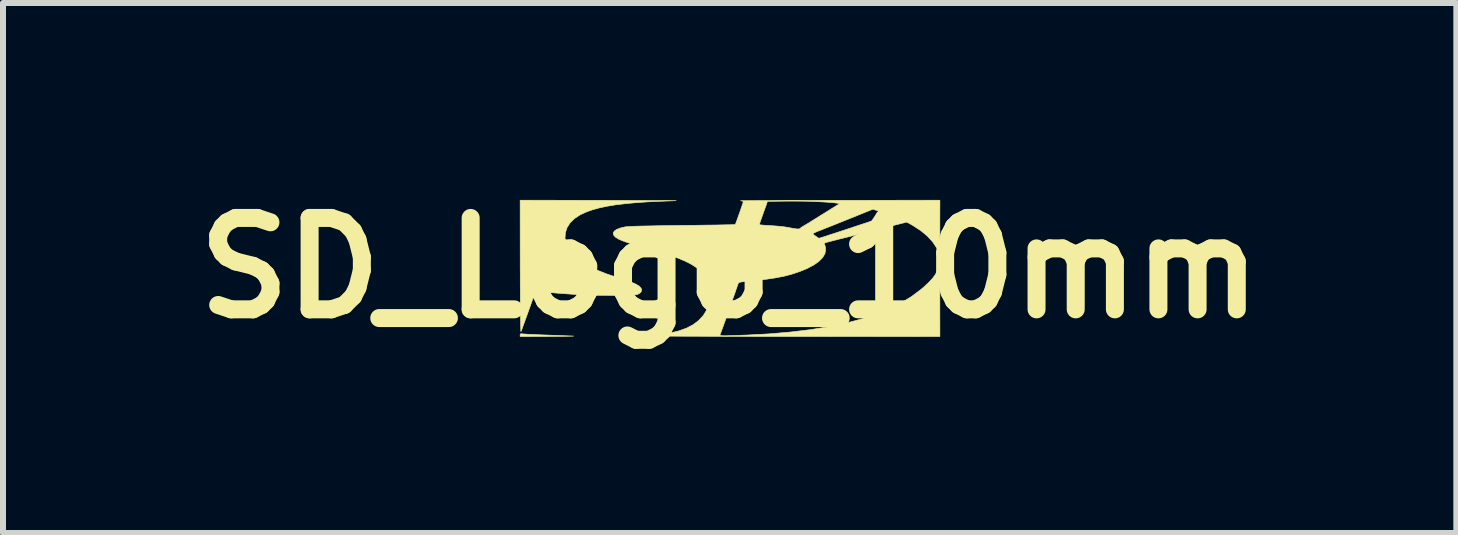
<source format=kicad_pcb>
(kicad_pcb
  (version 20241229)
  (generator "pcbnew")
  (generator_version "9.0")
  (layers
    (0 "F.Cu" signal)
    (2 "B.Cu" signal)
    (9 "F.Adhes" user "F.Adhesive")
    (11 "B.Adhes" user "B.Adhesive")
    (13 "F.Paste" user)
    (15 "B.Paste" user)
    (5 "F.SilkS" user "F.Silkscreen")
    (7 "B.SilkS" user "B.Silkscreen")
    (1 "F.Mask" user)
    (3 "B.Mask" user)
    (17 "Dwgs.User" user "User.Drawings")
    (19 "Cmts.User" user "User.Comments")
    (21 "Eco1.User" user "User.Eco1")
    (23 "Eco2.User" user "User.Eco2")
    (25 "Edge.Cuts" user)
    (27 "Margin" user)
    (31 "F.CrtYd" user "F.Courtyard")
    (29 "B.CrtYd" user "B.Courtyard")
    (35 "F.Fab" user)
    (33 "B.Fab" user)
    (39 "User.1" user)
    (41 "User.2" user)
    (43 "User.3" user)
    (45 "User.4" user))
  (footprint "SD_Logo_10mm"
    (layer "F.Cu")
    (at 9.115 1.418)
    (property "Reference" "SD_Logo_10mm" (at 0 0 0) (layer "F.SilkS") (effects (font (size 1.524 1.524) (thickness 0.3))))
    (attr through_hole)
    (fp_poly (pts (xy -3.458 1.098) (xy -3.419 1.101) (xy -3.362 1.105) (xy -3.288 1.108) (xy -3.203 1.112) (xy -3.109 1.116) (xy -3.078 1.117) (xy -2.977 1.121) (xy -2.88 1.124) (xy -2.792 1.128) (xy -2.715 1.131) (xy -2.655 1.133) (xy -2.615 1.134) (xy -2.61 1.135) (xy -2.602 1.135) (xy -2.618 1.136) (xy -2.655 1.137) (xy -2.71 1.138) (xy -2.783 1.139) (xy -2.871 1.14) (xy -2.971 1.14) (xy -3.007 1.141) (xy -3.493 1.143) (xy -3.493 1.116) (xy -3.487 1.097) (xy -3.475 1.096) (xy -3.458 1.098)) (stroke (width 0.01) (type solid)) (fill yes) (layer "F.SilkS"))
    (fp_poly (pts (xy -2.13 -1.128) (xy -1.95 -1.127) (xy -1.778 -1.127) (xy -1.618 -1.126) (xy -1.469 -1.126) (xy -1.334 -1.125) (xy -1.214 -1.125) (xy -1.111 -1.124) (xy -1.026 -1.124) (xy -0.96 -1.123) (xy -0.915 -1.123) (xy -0.892 -1.122) (xy -0.893 -1.122) (xy -0.895 -1.122) (xy -1.141 -1.113) (xy -1.364 -1.103) (xy -1.564 -1.089) (xy -1.743 -1.072) (xy -1.904 -1.053) (xy -2.047 -1.029) (xy -2.173 -1.002) (xy -2.286 -0.971) (xy -2.385 -0.936) (xy -2.473 -0.896) (xy -2.492 -0.887) (xy -2.586 -0.825) (xy -2.66 -0.753) (xy -2.711 -0.673) (xy -2.739 -0.587) (xy -2.745 -0.499) (xy -2.728 -0.409) (xy -2.687 -0.321) (xy -2.622 -0.237) (xy -2.616 -0.231) (xy -2.534 -0.155) (xy -2.44 -0.086) (xy -2.331 -0.022) (xy -2.205 0.038) (xy -2.059 0.096) (xy -1.892 0.152) (xy -1.848 0.166) (xy -1.728 0.204) (xy -1.632 0.239) (xy -1.559 0.272) (xy -1.508 0.303) (xy -1.478 0.334) (xy -1.467 0.363) (xy -1.475 0.394) (xy -1.479 0.401) (xy -1.504 0.424) (xy -1.54 0.442) (xy -1.546 0.444) (xy -1.573 0.448) (xy -1.622 0.451) (xy -1.69 0.453) (xy -1.772 0.455) (xy -1.865 0.456) (xy -1.965 0.457) (xy -2.069 0.456) (xy -2.174 0.455) (xy -2.275 0.454) (xy -2.369 0.451) (xy -2.452 0.448) (xy -2.515 0.445) (xy -2.627 0.437) (xy -2.741 0.429) (xy -2.851 0.421) (xy -2.955 0.412) (xy -3.045 0.405) (xy -3.118 0.398) (xy -3.151 0.395) (xy -3.236 0.386) (xy -3.327 0.641) (xy -3.368 0.756) (xy -3.402 0.85) (xy -3.429 0.925) (xy -3.45 0.982) (xy -3.465 1.024) (xy -3.477 1.053) (xy -3.48 1.06) (xy -3.482 1.052) (xy -3.483 1.02) (xy -3.485 0.966) (xy -3.486 0.891) (xy -3.487 0.799) (xy -3.489 0.689) (xy -3.49 0.565) (xy -3.49 0.427) (xy -3.491 0.278) (xy -3.491 0.118) (xy -3.492 -0.022) (xy -3.493 -1.13) (xy -2.13 -1.128)) (stroke (width 0.01) (type solid)) (fill yes) (layer "F.SilkS"))
    (fp_poly (pts (xy 3.504 -0.657) (xy 3.504 -0.535) (xy 3.503 -0.436) (xy 3.502 -0.359) (xy 3.501 -0.301) (xy 3.499 -0.262) (xy 3.497 -0.238) (xy 3.494 -0.228) (xy 3.491 -0.23) (xy 3.487 -0.241) (xy 3.447 -0.341) (xy 3.382 -0.439) (xy 3.295 -0.533) (xy 3.186 -0.623) (xy 3.057 -0.707) (xy 3.026 -0.725) (xy 2.953 -0.765) (xy 2.362 -0.617) (xy 2.24 -0.586) (xy 2.123 -0.556) (xy 2.013 -0.528) (xy 1.913 -0.503) (xy 1.827 -0.482) (xy 1.757 -0.464) (xy 1.706 -0.451) (xy 1.678 -0.444) (xy 1.633 -0.432) (xy 1.598 -0.422) (xy 1.58 -0.415) (xy 1.579 -0.415) (xy 1.579 -0.4) (xy 1.586 -0.383) (xy 1.595 -0.354) (xy 1.6 -0.314) (xy 1.6 -0.302) (xy 1.588 -0.238) (xy 1.55 -0.174) (xy 1.489 -0.112) (xy 1.405 -0.052) (xy 1.299 0.005) (xy 1.176 0.056) (xy 1.046 0.1) (xy 0.908 0.137) (xy 0.756 0.166) (xy 0.588 0.191) (xy 0.399 0.21) (xy 0.395 0.21) (xy 0.304 0.219) (xy 0.232 0.227) (xy 0.182 0.235) (xy 0.154 0.242) (xy 0.15 0.245) (xy 0.139 0.268) (xy 0.128 0.298) (xy 0.12 0.324) (xy 0.104 0.368) (xy 0.085 0.425) (xy 0.062 0.488) (xy 0.057 0.502) (xy 0.034 0.567) (xy 0.012 0.628) (xy -0.006 0.679) (xy -0.017 0.714) (xy -0.019 0.718) (xy -0.029 0.749) (xy -0.046 0.796) (xy -0.066 0.854) (xy -0.089 0.917) (xy -0.111 0.979) (xy -0.132 1.035) (xy -0.148 1.079) (xy -0.158 1.106) (xy -0.159 1.108) (xy -0.161 1.115) (xy -0.158 1.121) (xy -0.149 1.125) (xy -0.131 1.128) (xy -0.102 1.13) (xy -0.059 1.13) (xy 0.000061 1.128) (xy 0.078 1.126) (xy 0.176 1.122) (xy 0.291 1.118) (xy 0.663 1.098) (xy 1.012 1.068) (xy 1.339 1.029) (xy 1.643 0.981) (xy 1.925 0.922) (xy 2.186 0.854) (xy 2.426 0.776) (xy 2.645 0.688) (xy 2.845 0.589) (xy 3.024 0.481) (xy 3.185 0.361) (xy 3.229 0.324) (xy 3.312 0.248) (xy 3.376 0.18) (xy 3.424 0.117) (xy 3.459 0.053) (xy 3.484 -0.013) (xy 3.487 -0.025) (xy 3.491 -0.035) (xy 3.494 -0.035) (xy 3.496 -0.024) (xy 3.499 0.002) (xy 3.5 0.042) (xy 3.501 0.099) (xy 3.502 0.175) (xy 3.503 0.271) (xy 3.504 0.389) (xy 3.504 0.53) (xy 3.505 1.143) (xy 0.962 1.141) (xy 0.67 1.141) (xy 0.394 1.141) (xy 0.136 1.14) (xy -0.104 1.14) (xy -0.325 1.139) (xy -0.527 1.138) (xy -0.71 1.138) (xy -0.872 1.137) (xy -1.013 1.136) (xy -1.133 1.135) (xy -1.23 1.134) (xy -1.305 1.133) (xy -1.357 1.132) (xy -1.384 1.13) (xy -1.388 1.129) (xy -1.378 1.129) (xy -1.18 1.113) (xy -1.006 1.087) (xy -0.852 1.05) (xy -0.72 1.003) (xy -0.607 0.944) (xy -0.514 0.873) (xy -0.438 0.79) (xy -0.38 0.694) (xy -0.338 0.584) (xy -0.336 0.579) (xy -0.322 0.507) (xy -0.318 0.427) (xy -0.322 0.345) (xy -0.335 0.272) (xy -0.355 0.216) (xy -0.403 0.138) (xy -0.464 0.067) (xy -0.541 0.002) (xy -0.634 -0.059) (xy -0.746 -0.116) (xy -0.879 -0.171) (xy -1.034 -0.224) (xy -1.168 -0.265) (xy -1.222 -0.28) (xy -1.29 -0.299) (xy -1.362 -0.319) (xy -1.403 -0.331) (xy -1.5 -0.359) (xy -1.593 -0.388) (xy -1.68 -0.416) (xy -1.756 -0.442) (xy -1.815 -0.465) (xy -1.85 -0.481) (xy -1.905 -0.515) (xy -1.935 -0.55) (xy -1.939 -0.57) (xy 1.387 -0.57) (xy 1.399 -0.557) (xy 1.425 -0.537) (xy 1.455 -0.516) (xy 1.48 -0.5) (xy 1.491 -0.496) (xy 1.505 -0.5) (xy 1.54 -0.511) (xy 1.595 -0.528) (xy 1.667 -0.552) (xy 1.754 -0.58) (xy 1.852 -0.612) (xy 1.961 -0.648) (xy 2.076 -0.686) (xy 2.081 -0.688) (xy 2.661 -0.88) (xy 2.603 -0.905) (xy 2.559 -0.922) (xy 2.505 -0.942) (xy 2.467 -0.955) (xy 2.387 -0.98) (xy 2.003 -0.825) (xy 1.904 -0.785) (xy 1.806 -0.746) (xy 1.715 -0.709) (xy 1.633 -0.677) (xy 1.565 -0.65) (xy 1.516 -0.63) (xy 1.501 -0.625) (xy 1.452 -0.605) (xy 1.414 -0.588) (xy 1.391 -0.575) (xy 1.387 -0.57) (xy -1.939 -0.57) (xy -1.941 -0.584) (xy -1.923 -0.615) (xy -1.882 -0.644) (xy -1.818 -0.668) (xy -1.74 -0.686) (xy -1.709 -0.689) (xy -1.653 -0.692) (xy -1.574 -0.696) (xy -1.472 -0.699) (xy -1.349 -0.701) (xy -1.205 -0.704) (xy -1.041 -0.707) (xy -0.859 -0.709) (xy -0.785 -0.71) (xy -0.638 -0.711) (xy -0.499 -0.713) (xy -0.37 -0.715) (xy -0.252 -0.716) (xy -0.148 -0.718) (xy -0.06 -0.72) (xy 0.01 -0.721) (xy 0.06 -0.723) (xy 0.084 -0.724) (xy 0.495 -0.724) (xy 0.507 -0.72) (xy 0.54 -0.716) (xy 0.59 -0.712) (xy 0.651 -0.708) (xy 0.683 -0.706) (xy 0.761 -0.701) (xy 0.843 -0.694) (xy 0.917 -0.685) (xy 0.977 -0.676) (xy 0.984 -0.674) (xy 1.059 -0.66) (xy 1.112 -0.652) (xy 1.147 -0.65) (xy 1.167 -0.654) (xy 1.175 -0.661) (xy 1.19 -0.674) (xy 1.219 -0.693) (xy 1.23 -0.699) (xy 1.269 -0.722) (xy 1.306 -0.744) (xy 1.311 -0.746) (xy 1.365 -0.781) (xy 1.439 -0.827) (xy 1.53 -0.884) (xy 1.636 -0.949) (xy 1.67 -0.971) (xy 1.835 -1.073) (xy 1.784 -1.082) (xy 1.731 -1.089) (xy 1.657 -1.095) (xy 1.566 -1.101) (xy 1.462 -1.106) (xy 1.349 -1.111) (xy 1.231 -1.114) (xy 1.112 -1.115) (xy 0.998 -1.115) (xy 0.953 -1.115) (xy 0.63 -1.111) (xy 0.597 -1.016) (xy 0.574 -0.953) (xy 0.549 -0.882) (xy 0.529 -0.827) (xy 0.513 -0.781) (xy 0.501 -0.745) (xy 0.496 -0.725) (xy 0.495 -0.724) (xy 0.084 -0.724) (xy 0.088 -0.724) (xy 0.093 -0.725) (xy 0.099 -0.737) (xy 0.111 -0.769) (xy 0.128 -0.815) (xy 0.147 -0.87) (xy 0.168 -0.928) (xy 0.188 -0.985) (xy 0.205 -1.036) (xy 0.219 -1.075) (xy 0.225 -1.095) (xy 0.224 -1.109) (xy 0.206 -1.118) (xy 0.182 -1.121) (xy 0.189 -1.122) (xy 0.219 -1.122) (xy 0.272 -1.123) (xy 0.346 -1.124) (xy 0.44 -1.124) (xy 0.552 -1.125) (xy 0.681 -1.125) (xy 0.826 -1.126) (xy 0.984 -1.126) (xy 1.156 -1.127) (xy 1.338 -1.127) (xy 1.53 -1.128) (xy 1.731 -1.128) (xy 1.819 -1.128) (xy 3.505 -1.13) (xy 3.504 -0.657)) (stroke (width 0.01) (type solid)) (fill yes) (layer "F.SilkS")))
  (gr_rect
    (start -3 -3)
    (end 21.23 5.836)
    (stroke (width 0.1) (type default))
    (fill no)
    (layer "Edge.Cuts")))
</source>
